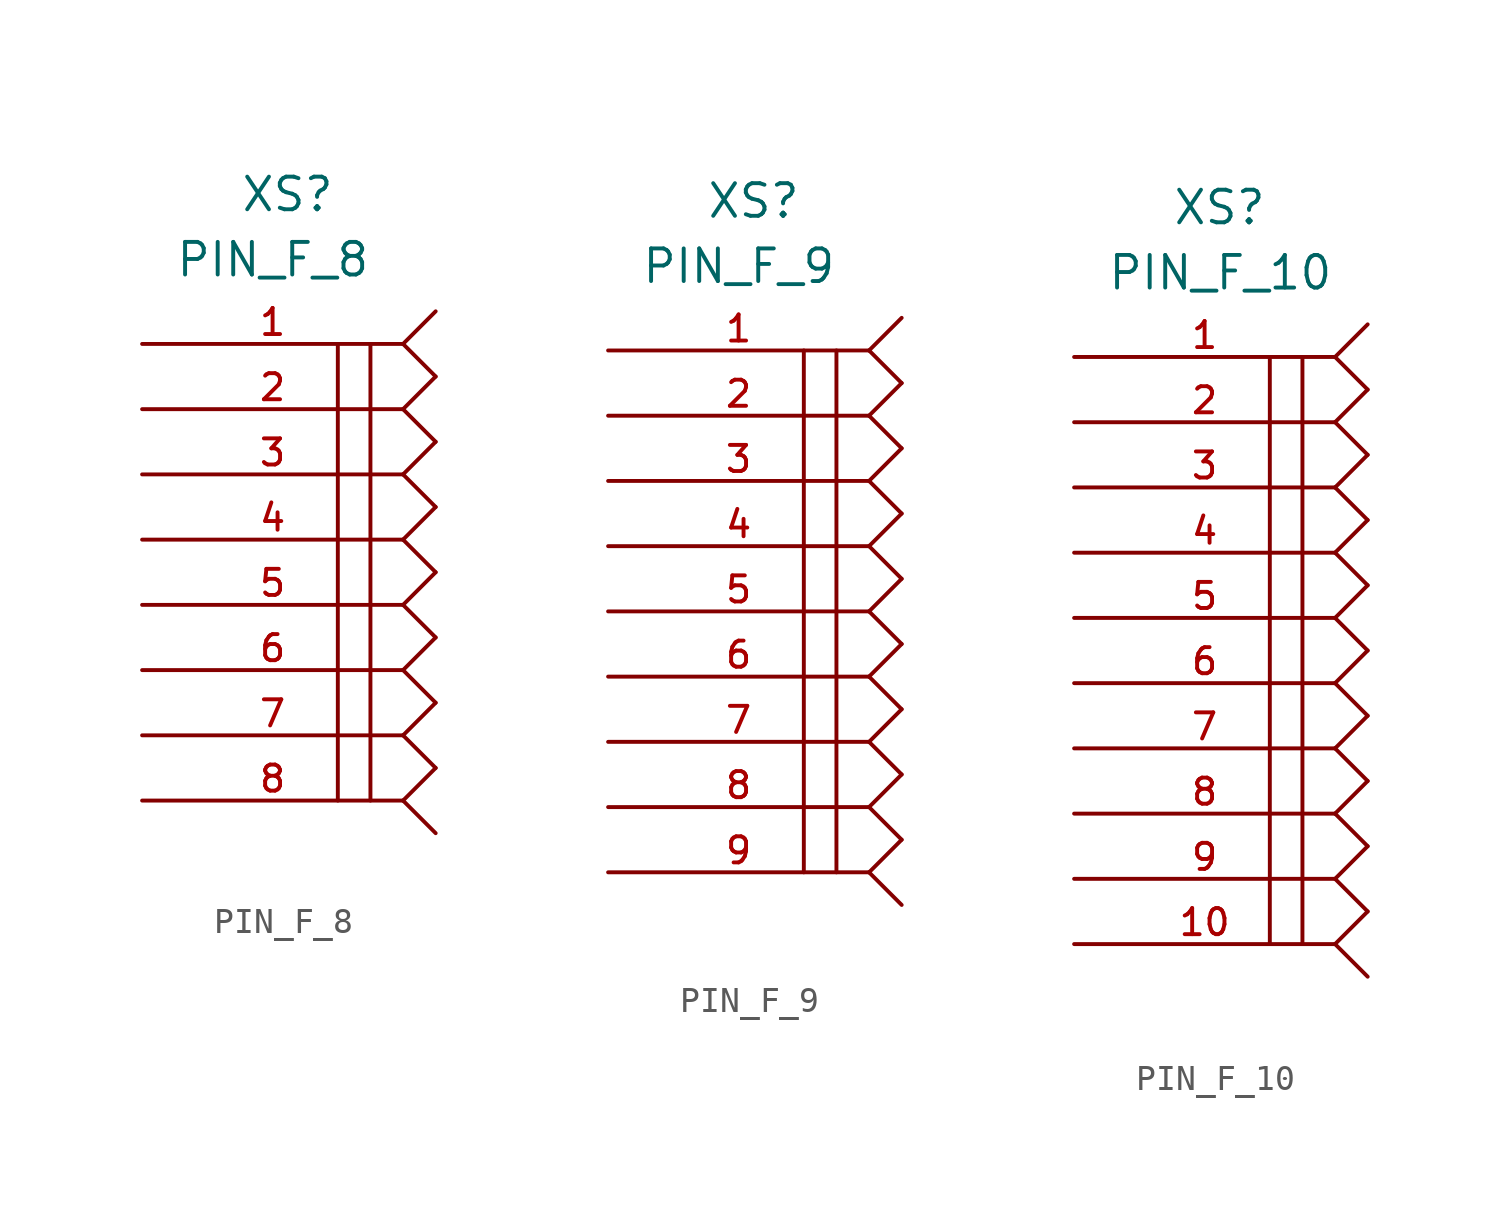
<source format=kicad_sym>
(kicad_symbol_lib
  (version 20211014)
  (generator kicad_symbol_editor)
  (symbol "PIN_F_8"
    (pin_names
      (offset 1.016))
    (property "Reference" "XS"
      (at 3.81 5.08 0)
      (effects (font (size 1.27 1.27)) (justify left bottom)))
    (property "Value" "PIN_F_8"
      (at 1.27 2.54 0)
      (effects (font (size 1.27 1.27)) (justify left bottom)))
    (property "Datasheet" ""
      (at 0 0 0)
      (effects (font (size 1.524 1.524))))
    (property "ki_locked" ""
      (at 0 0 0)
      (effects (font (size 1.27 1.27))))
    (symbol "PIN_F_8_0_1"
      (polyline (pts (xy 7.62 -17.78) (xy 7.62 0)) (stroke (width 0) (type default) (color 0 0 0 0)) (fill (type none)))
      (polyline (pts (xy 8.89 0) (xy 8.89 -17.78)) (stroke (width 0) (type default) (color 0 0 0 0)) (fill (type none)))
      (polyline (pts (xy 10.16 -17.78) (xy 11.43 -19.05)) (stroke (width 0) (type default) (color 0 0 0 0)) (fill (type none)))
      (polyline (pts (xy 10.16 -17.78) (xy 11.43 -16.51)) (stroke (width 0) (type default) (color 0 0 0 0)) (fill (type none)))
      (polyline (pts (xy 10.16 -15.24) (xy 11.43 -16.51)) (stroke (width 0) (type default) (color 0 0 0 0)) (fill (type none)))
      (polyline (pts (xy 10.16 -15.24) (xy 11.43 -13.97)) (stroke (width 0) (type default) (color 0 0 0 0)) (fill (type none)))
      (polyline (pts (xy 10.16 -12.7) (xy 11.43 -13.97)) (stroke (width 0) (type default) (color 0 0 0 0)) (fill (type none)))
      (polyline (pts (xy 10.16 -12.7) (xy 11.43 -11.43)) (stroke (width 0) (type default) (color 0 0 0 0)) (fill (type none)))
      (polyline (pts (xy 10.16 -10.16) (xy 11.43 -11.43)) (stroke (width 0) (type default) (color 0 0 0 0)) (fill (type none)))
      (polyline (pts (xy 10.16 -10.16) (xy 11.43 -8.89)) (stroke (width 0) (type default) (color 0 0 0 0)) (fill (type none)))
      (polyline (pts (xy 10.16 -7.62) (xy 11.43 -8.89)) (stroke (width 0) (type default) (color 0 0 0 0)) (fill (type none)))
      (polyline (pts (xy 10.16 -7.62) (xy 11.43 -6.35)) (stroke (width 0) (type default) (color 0 0 0 0)) (fill (type none)))
      (polyline (pts (xy 10.16 -5.08) (xy 11.43 -6.35)) (stroke (width 0) (type default) (color 0 0 0 0)) (fill (type none)))
      (polyline (pts (xy 10.16 -5.08) (xy 11.43 -3.81)) (stroke (width 0) (type default) (color 0 0 0 0)) (fill (type none)))
      (polyline (pts (xy 10.16 -2.54) (xy 11.43 -3.81)) (stroke (width 0) (type default) (color 0 0 0 0)) (fill (type none)))
      (polyline (pts (xy 10.16 -2.54) (xy 11.43 -1.27)) (stroke (width 0) (type default) (color 0 0 0 0)) (fill (type none)))
      (polyline (pts (xy 10.16 0) (xy 11.43 -1.27)) (stroke (width 0) (type default) (color 0 0 0 0)) (fill (type none)))
      (polyline (pts (xy 10.16 0) (xy 11.43 1.27)) (stroke (width 0) (type default) (color 0 0 0 0)) (fill (type none))))
    (symbol "PIN_F_8_1_1"
      (pin passive line (at 0 0 0) (length 10.16) (name "~" (effects (font (size 1.016 1.016)))) (number "1" (effects (font (size 1.016 1.016)))))
      (pin passive line (at 0 -2.54 0) (length 10.16) (name "~" (effects (font (size 1.016 1.016)))) (number "2" (effects (font (size 1.016 1.016)))))
      (pin passive line (at 0 -5.08 0) (length 10.16) (name "~" (effects (font (size 1.016 1.016)))) (number "3" (effects (font (size 1.016 1.016)))))
      (pin passive line (at 0 -7.62 0) (length 10.16) (name "~" (effects (font (size 1.016 1.016)))) (number "4" (effects (font (size 1.016 1.016)))))
      (pin passive line (at 0 -10.16 0) (length 10.16) (name "~" (effects (font (size 1.016 1.016)))) (number "5" (effects (font (size 1.016 1.016)))))
      (pin passive line (at 0 -12.7 0) (length 10.16) (name "~" (effects (font (size 1.016 1.016)))) (number "6" (effects (font (size 1.016 1.016)))))
      (pin passive line (at 0 -15.24 0) (length 10.16) (name "~" (effects (font (size 1.016 1.016)))) (number "7" (effects (font (size 1.016 1.016)))))
      (pin passive line (at 0 -17.78 0) (length 10.16) (name "~" (effects (font (size 1.016 1.016)))) (number "8" (effects (font (size 1.016 1.016)))))))
  (symbol "PIN_F_9"
    (pin_names
      (offset 1.016))
    (property "Reference" "XS"
      (at 3.81 5.08 0)
      (effects (font (size 1.27 1.27)) (justify left bottom)))
    (property "Value" "PIN_F_9"
      (at 1.27 2.54 0)
      (effects (font (size 1.27 1.27)) (justify left bottom)))
    (property "Datasheet" ""
      (at 0 0 0)
      (effects (font (size 1.524 1.524))))
    (property "ki_locked" ""
      (at 0 0 0)
      (effects (font (size 1.27 1.27))))
    (symbol "PIN_F_9_0_1"
      (polyline (pts (xy 7.62 -20.32) (xy 7.62 0)) (stroke (width 0) (type default) (color 0 0 0 0)) (fill (type none)))
      (polyline (pts (xy 8.89 0) (xy 8.89 -20.32)) (stroke (width 0) (type default) (color 0 0 0 0)) (fill (type none)))
      (polyline (pts (xy 10.16 -20.32) (xy 11.43 -21.59)) (stroke (width 0) (type default) (color 0 0 0 0)) (fill (type none)))
      (polyline (pts (xy 10.16 -20.32) (xy 11.43 -19.05)) (stroke (width 0) (type default) (color 0 0 0 0)) (fill (type none)))
      (polyline (pts (xy 10.16 -17.78) (xy 11.43 -19.05)) (stroke (width 0) (type default) (color 0 0 0 0)) (fill (type none)))
      (polyline (pts (xy 10.16 -17.78) (xy 11.43 -16.51)) (stroke (width 0) (type default) (color 0 0 0 0)) (fill (type none)))
      (polyline (pts (xy 10.16 -15.24) (xy 11.43 -16.51)) (stroke (width 0) (type default) (color 0 0 0 0)) (fill (type none)))
      (polyline (pts (xy 10.16 -15.24) (xy 11.43 -13.97)) (stroke (width 0) (type default) (color 0 0 0 0)) (fill (type none)))
      (polyline (pts (xy 10.16 -12.7) (xy 11.43 -13.97)) (stroke (width 0) (type default) (color 0 0 0 0)) (fill (type none)))
      (polyline (pts (xy 10.16 -12.7) (xy 11.43 -11.43)) (stroke (width 0) (type default) (color 0 0 0 0)) (fill (type none)))
      (polyline (pts (xy 10.16 -10.16) (xy 11.43 -11.43)) (stroke (width 0) (type default) (color 0 0 0 0)) (fill (type none)))
      (polyline (pts (xy 10.16 -10.16) (xy 11.43 -8.89)) (stroke (width 0) (type default) (color 0 0 0 0)) (fill (type none)))
      (polyline (pts (xy 10.16 -7.62) (xy 11.43 -8.89)) (stroke (width 0) (type default) (color 0 0 0 0)) (fill (type none)))
      (polyline (pts (xy 10.16 -7.62) (xy 11.43 -6.35)) (stroke (width 0) (type default) (color 0 0 0 0)) (fill (type none)))
      (polyline (pts (xy 10.16 -5.08) (xy 11.43 -6.35)) (stroke (width 0) (type default) (color 0 0 0 0)) (fill (type none)))
      (polyline (pts (xy 10.16 -5.08) (xy 11.43 -3.81)) (stroke (width 0) (type default) (color 0 0 0 0)) (fill (type none)))
      (polyline (pts (xy 10.16 -2.54) (xy 11.43 -3.81)) (stroke (width 0) (type default) (color 0 0 0 0)) (fill (type none)))
      (polyline (pts (xy 10.16 -2.54) (xy 11.43 -1.27)) (stroke (width 0) (type default) (color 0 0 0 0)) (fill (type none)))
      (polyline (pts (xy 10.16 0) (xy 11.43 -1.27)) (stroke (width 0) (type default) (color 0 0 0 0)) (fill (type none)))
      (polyline (pts (xy 10.16 0) (xy 11.43 1.27)) (stroke (width 0) (type default) (color 0 0 0 0)) (fill (type none))))
    (symbol "PIN_F_9_1_1"
      (pin passive line (at 0 0 0) (length 10.16) (name "~" (effects (font (size 1.016 1.016)))) (number "1" (effects (font (size 1.016 1.016)))))
      (pin passive line (at 0 -2.54 0) (length 10.16) (name "~" (effects (font (size 1.016 1.016)))) (number "2" (effects (font (size 1.016 1.016)))))
      (pin passive line (at 0 -5.08 0) (length 10.16) (name "~" (effects (font (size 1.016 1.016)))) (number "3" (effects (font (size 1.016 1.016)))))
      (pin passive line (at 0 -7.62 0) (length 10.16) (name "~" (effects (font (size 1.016 1.016)))) (number "4" (effects (font (size 1.016 1.016)))))
      (pin passive line (at 0 -10.16 0) (length 10.16) (name "~" (effects (font (size 1.016 1.016)))) (number "5" (effects (font (size 1.016 1.016)))))
      (pin passive line (at 0 -12.7 0) (length 10.16) (name "~" (effects (font (size 1.016 1.016)))) (number "6" (effects (font (size 1.016 1.016)))))
      (pin passive line (at 0 -15.24 0) (length 10.16) (name "~" (effects (font (size 1.016 1.016)))) (number "7" (effects (font (size 1.016 1.016)))))
      (pin passive line (at 0 -17.78 0) (length 10.16) (name "~" (effects (font (size 1.016 1.016)))) (number "8" (effects (font (size 1.016 1.016)))))
      (pin passive line (at 0 -20.32 0) (length 10.16) (name "~" (effects (font (size 1.016 1.016)))) (number "9" (effects (font (size 1.016 1.016)))))))
  (symbol "PIN_F_10"
    (pin_names
      (offset 1.016))
    (property "Reference" "XS"
      (at 3.81 5.08 0)
      (effects (font (size 1.27 1.27)) (justify left bottom)))
    (property "Value" "PIN_F_10"
      (at 1.27 2.54 0)
      (effects (font (size 1.27 1.27)) (justify left bottom)))
    (property "Datasheet" ""
      (at 0 0 0)
      (effects (font (size 1.524 1.524))))
    (property "ki_locked" ""
      (at 0 0 0)
      (effects (font (size 1.27 1.27))))
    (symbol "PIN_F_10_0_1"
      (polyline (pts (xy 7.62 0) (xy 7.62 -22.86)) (stroke (width 0) (type default) (color 0 0 0 0)) (fill (type none)))
      (polyline (pts (xy 8.89 -22.86) (xy 8.89 0)) (stroke (width 0) (type default) (color 0 0 0 0)) (fill (type none)))
      (polyline (pts (xy 10.16 -22.86) (xy 11.43 -24.13)) (stroke (width 0) (type default) (color 0 0 0 0)) (fill (type none)))
      (polyline (pts (xy 10.16 -22.86) (xy 11.43 -21.59)) (stroke (width 0) (type default) (color 0 0 0 0)) (fill (type none)))
      (polyline (pts (xy 10.16 -20.32) (xy 11.43 -21.59)) (stroke (width 0) (type default) (color 0 0 0 0)) (fill (type none)))
      (polyline (pts (xy 10.16 -20.32) (xy 11.43 -19.05)) (stroke (width 0) (type default) (color 0 0 0 0)) (fill (type none)))
      (polyline (pts (xy 10.16 -17.78) (xy 11.43 -19.05)) (stroke (width 0) (type default) (color 0 0 0 0)) (fill (type none)))
      (polyline (pts (xy 10.16 -17.78) (xy 11.43 -16.51)) (stroke (width 0) (type default) (color 0 0 0 0)) (fill (type none)))
      (polyline (pts (xy 10.16 -15.24) (xy 11.43 -16.51)) (stroke (width 0) (type default) (color 0 0 0 0)) (fill (type none)))
      (polyline (pts (xy 10.16 -15.24) (xy 11.43 -13.97)) (stroke (width 0) (type default) (color 0 0 0 0)) (fill (type none)))
      (polyline (pts (xy 10.16 -12.7) (xy 11.43 -13.97)) (stroke (width 0) (type default) (color 0 0 0 0)) (fill (type none)))
      (polyline (pts (xy 10.16 -12.7) (xy 11.43 -11.43)) (stroke (width 0) (type default) (color 0 0 0 0)) (fill (type none)))
      (polyline (pts (xy 10.16 -10.16) (xy 11.43 -11.43)) (stroke (width 0) (type default) (color 0 0 0 0)) (fill (type none)))
      (polyline (pts (xy 10.16 -10.16) (xy 11.43 -8.89)) (stroke (width 0) (type default) (color 0 0 0 0)) (fill (type none)))
      (polyline (pts (xy 10.16 -7.62) (xy 11.43 -8.89)) (stroke (width 0) (type default) (color 0 0 0 0)) (fill (type none)))
      (polyline (pts (xy 10.16 -7.62) (xy 11.43 -6.35)) (stroke (width 0) (type default) (color 0 0 0 0)) (fill (type none)))
      (polyline (pts (xy 10.16 -5.08) (xy 11.43 -6.35)) (stroke (width 0) (type default) (color 0 0 0 0)) (fill (type none)))
      (polyline (pts (xy 10.16 -5.08) (xy 11.43 -3.81)) (stroke (width 0) (type default) (color 0 0 0 0)) (fill (type none)))
      (polyline (pts (xy 10.16 -2.54) (xy 11.43 -3.81)) (stroke (width 0) (type default) (color 0 0 0 0)) (fill (type none)))
      (polyline (pts (xy 10.16 -2.54) (xy 11.43 -1.27)) (stroke (width 0) (type default) (color 0 0 0 0)) (fill (type none)))
      (polyline (pts (xy 10.16 0) (xy 11.43 -1.27)) (stroke (width 0) (type default) (color 0 0 0 0)) (fill (type none)))
      (polyline (pts (xy 10.16 0) (xy 11.43 1.27)) (stroke (width 0) (type default) (color 0 0 0 0)) (fill (type none))))
    (symbol "PIN_F_10_1_1"
      (pin passive line (at 0 0 0) (length 10.16) (name "~" (effects (font (size 1.016 1.016)))) (number "1" (effects (font (size 1.016 1.016)))))
      (pin passive line (at 0 -22.86 0) (length 10.16) (name "~" (effects (font (size 1.016 1.016)))) (number "10" (effects (font (size 1.016 1.016)))))
      (pin passive line (at 0 -2.54 0) (length 10.16) (name "~" (effects (font (size 1.016 1.016)))) (number "2" (effects (font (size 1.016 1.016)))))
      (pin passive line (at 0 -5.08 0) (length 10.16) (name "~" (effects (font (size 1.016 1.016)))) (number "3" (effects (font (size 1.016 1.016)))))
      (pin passive line (at 0 -7.62 0) (length 10.16) (name "~" (effects (font (size 1.016 1.016)))) (number "4" (effects (font (size 1.016 1.016)))))
      (pin passive line (at 0 -10.16 0) (length 10.16) (name "~" (effects (font (size 1.016 1.016)))) (number "5" (effects (font (size 1.016 1.016)))))
      (pin passive line (at 0 -12.7 0) (length 10.16) (name "~" (effects (font (size 1.016 1.016)))) (number "6" (effects (font (size 1.016 1.016)))))
      (pin passive line (at 0 -15.24 0) (length 10.16) (name "~" (effects (font (size 1.016 1.016)))) (number "7" (effects (font (size 1.016 1.016)))))
      (pin passive line (at 0 -17.78 0) (length 10.16) (name "~" (effects (font (size 1.016 1.016)))) (number "8" (effects (font (size 1.016 1.016)))))
      (pin passive line (at 0 -20.32 0) (length 10.16) (name "~" (effects (font (size 1.016 1.016)))) (number "9" (effects (font (size 1.016 1.016))))))))
</source>
